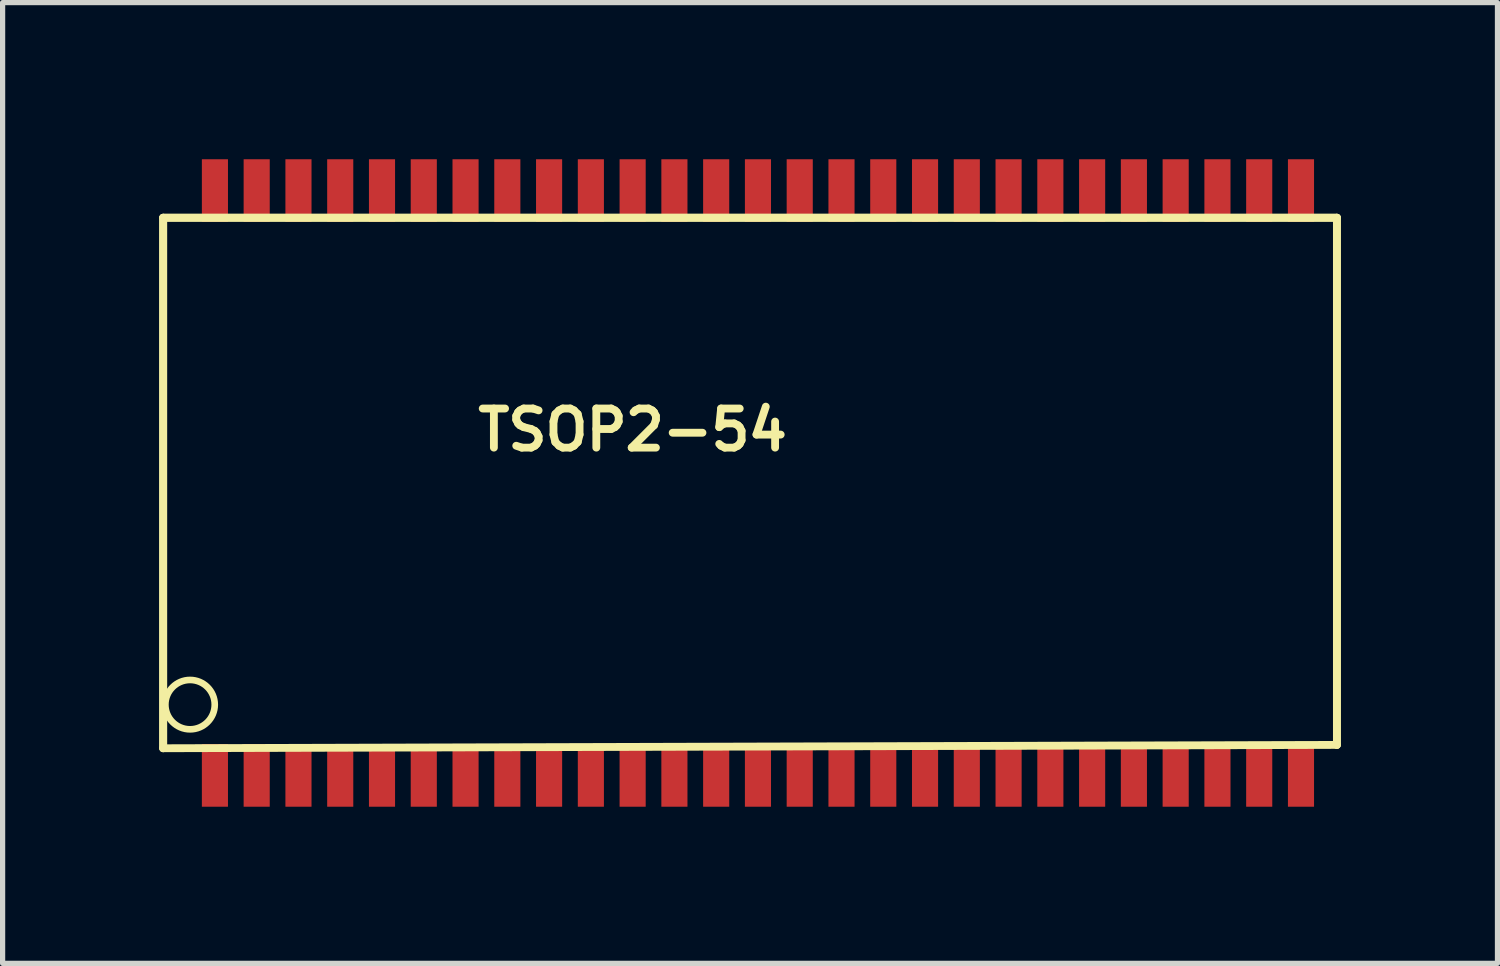
<source format=kicad_pcb>
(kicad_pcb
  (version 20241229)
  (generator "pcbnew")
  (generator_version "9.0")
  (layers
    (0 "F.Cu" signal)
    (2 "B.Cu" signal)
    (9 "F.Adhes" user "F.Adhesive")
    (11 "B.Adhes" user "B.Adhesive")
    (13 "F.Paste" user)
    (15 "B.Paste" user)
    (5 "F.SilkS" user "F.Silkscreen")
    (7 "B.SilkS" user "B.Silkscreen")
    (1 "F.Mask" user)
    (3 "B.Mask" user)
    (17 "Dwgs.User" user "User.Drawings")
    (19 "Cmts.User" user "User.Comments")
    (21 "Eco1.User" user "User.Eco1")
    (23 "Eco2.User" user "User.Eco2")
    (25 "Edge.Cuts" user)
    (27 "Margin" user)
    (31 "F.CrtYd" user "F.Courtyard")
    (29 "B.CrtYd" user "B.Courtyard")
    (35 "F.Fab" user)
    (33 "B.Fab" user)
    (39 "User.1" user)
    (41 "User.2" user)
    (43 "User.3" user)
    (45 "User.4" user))
  (footprint "TSOP2-54"
    (layer "F.Cu")
    (at 4.266 6.2)
    (property "Reference" "TSOP2-54" (at 4.8 -1.016 0) (layer "F.SilkS") (effects (font (size 0.749 0.749) (thickness 0.15))))
    (attr through_hole)
    (fp_line (start -4.191 -5.08) (end -4.191 5.08) (stroke (width 0.15) (type solid)) (layer "F.SilkS"))
    (fp_line (start -4.191 -5.08) (end -4.191 5.08) (stroke (width 0.15) (type solid)) (layer "F.SilkS"))
    (fp_line (start -4.191 5.08) (end 18.288 5.016) (stroke (width 0.15) (type solid)) (layer "F.SilkS"))
    (fp_line (start 18.288 -5.08) (end -4.191 -5.08) (stroke (width 0.15) (type solid)) (layer "F.SilkS"))
    (fp_line (start 18.288 -5.08) (end -4.191 -5.08) (stroke (width 0.15) (type solid)) (layer "F.SilkS"))
    (fp_line (start 18.288 5.016) (end 18.288 -5.08) (stroke (width 0.15) (type solid)) (layer "F.SilkS"))
    (fp_line (start 18.288 5.016) (end 18.288 -5.08) (stroke (width 0.15) (type solid)) (layer "F.SilkS"))
    (fp_circle (center -3.676 4.245) (end -3.956 4.626) (stroke (width 0.127) (type solid)) (fill no) (layer "F.SilkS"))
    (pad "1" smd rect (at -3.2 5.6) (size 0.5 1.2) (layers "F.Cu" "F.Mask" "F.Paste"))
    (pad "2" smd rect (at -2.4 5.6) (size 0.5 1.2) (layers "F.Cu" "F.Mask" "F.Paste"))
    (pad "3" smd rect (at -1.6 5.6) (size 0.5 1.2) (layers "F.Cu" "F.Mask" "F.Paste"))
    (pad "4" smd rect (at -0.8 5.6) (size 0.5 1.2) (layers "F.Cu" "F.Mask" "F.Paste"))
    (pad "5" smd rect (at 0 5.6) (size 0.5 1.2) (layers "F.Cu" "F.Mask" "F.Paste"))
    (pad "6" smd rect (at 0.8 5.6) (size 0.5 1.2) (layers "F.Cu" "F.Mask" "F.Paste"))
    (pad "7" smd rect (at 1.6 5.6) (size 0.5 1.2) (layers "F.Cu" "F.Mask" "F.Paste"))
    (pad "8" smd rect (at 2.4 5.6) (size 0.5 1.2) (layers "F.Cu" "F.Mask" "F.Paste"))
    (pad "9" smd rect (at 3.2 5.6) (size 0.5 1.2) (layers "F.Cu" "F.Mask" "F.Paste"))
    (pad "10" smd rect (at 4 5.6) (size 0.5 1.2) (layers "F.Cu" "F.Mask" "F.Paste"))
    (pad "11" smd rect (at 4.8 5.6) (size 0.5 1.2) (layers "F.Cu" "F.Mask" "F.Paste"))
    (pad "12" smd rect (at 5.6 5.6) (size 0.5 1.2) (layers "F.Cu" "F.Mask" "F.Paste"))
    (pad "13" smd rect (at 6.4 5.6) (size 0.5 1.2) (layers "F.Cu" "F.Mask" "F.Paste"))
    (pad "14" smd rect (at 7.2 5.6) (size 0.5 1.2) (layers "F.Cu" "F.Mask" "F.Paste"))
    (pad "15" smd rect (at 8 5.6) (size 0.5 1.2) (layers "F.Cu" "F.Mask" "F.Paste"))
    (pad "16" smd rect (at 8.8 5.6) (size 0.5 1.2) (layers "F.Cu" "F.Mask" "F.Paste"))
    (pad "17" smd rect (at 9.6 5.6) (size 0.5 1.2) (layers "F.Cu" "F.Mask" "F.Paste"))
    (pad "18" smd rect (at 10.4 5.6) (size 0.5 1.2) (layers "F.Cu" "F.Mask" "F.Paste"))
    (pad "19" smd rect (at 11.2 5.6) (size 0.5 1.2) (layers "F.Cu" "F.Mask" "F.Paste"))
    (pad "20" smd rect (at 12 5.6) (size 0.5 1.2) (layers "F.Cu" "F.Mask" "F.Paste"))
    (pad "21" smd rect (at 12.8 5.6) (size 0.5 1.2) (layers "F.Cu" "F.Mask" "F.Paste"))
    (pad "22" smd rect (at 13.6 5.6) (size 0.5 1.2) (layers "F.Cu" "F.Mask" "F.Paste"))
    (pad "23" smd rect (at 14.4 5.6) (size 0.5 1.2) (layers "F.Cu" "F.Mask" "F.Paste"))
    (pad "24" smd rect (at 15.2 5.6) (size 0.5 1.2) (layers "F.Cu" "F.Mask" "F.Paste"))
    (pad "25" smd rect (at 16 5.6) (size 0.5 1.2) (layers "F.Cu" "F.Mask" "F.Paste"))
    (pad "26" smd rect (at 16.8 5.6) (size 0.5 1.2) (layers "F.Cu" "F.Mask" "F.Paste"))
    (pad "27" smd rect (at 17.6 5.6) (size 0.5 1.2) (layers "F.Cu" "F.Mask" "F.Paste"))
    (pad "28" smd rect (at 17.6 -5.6) (size 0.5 1.2) (layers "F.Cu" "F.Mask" "F.Paste"))
    (pad "29" smd rect (at 16.8 -5.6) (size 0.5 1.2) (layers "F.Cu" "F.Mask" "F.Paste"))
    (pad "30" smd rect (at 16 -5.6) (size 0.5 1.2) (layers "F.Cu" "F.Mask" "F.Paste"))
    (pad "31" smd rect (at 15.2 -5.6) (size 0.5 1.2) (layers "F.Cu" "F.Mask" "F.Paste"))
    (pad "32" smd rect (at 14.4 -5.6) (size 0.5 1.2) (layers "F.Cu" "F.Mask" "F.Paste"))
    (pad "33" smd rect (at 13.6 -5.6) (size 0.5 1.2) (layers "F.Cu" "F.Mask" "F.Paste"))
    (pad "34" smd rect (at 12.8 -5.6) (size 0.5 1.2) (layers "F.Cu" "F.Mask" "F.Paste"))
    (pad "35" smd rect (at 12 -5.6) (size 0.5 1.2) (layers "F.Cu" "F.Mask" "F.Paste"))
    (pad "36" smd rect (at 11.2 -5.6) (size 0.5 1.2) (layers "F.Cu" "F.Mask" "F.Paste"))
    (pad "37" smd rect (at 10.4 -5.6) (size 0.5 1.2) (layers "F.Cu" "F.Mask" "F.Paste"))
    (pad "38" smd rect (at 9.6 -5.6) (size 0.5 1.2) (layers "F.Cu" "F.Mask" "F.Paste"))
    (pad "39" smd rect (at 8.8 -5.6) (size 0.5 1.2) (layers "F.Cu" "F.Mask" "F.Paste"))
    (pad "40" smd rect (at 8 -5.6) (size 0.5 1.2) (layers "F.Cu" "F.Mask" "F.Paste"))
    (pad "41" smd rect (at 7.2 -5.6) (size 0.5 1.2) (layers "F.Cu" "F.Mask" "F.Paste"))
    (pad "42" smd rect (at 6.4 -5.6) (size 0.5 1.2) (layers "F.Cu" "F.Mask" "F.Paste"))
    (pad "43" smd rect (at 5.6 -5.6) (size 0.5 1.2) (layers "F.Cu" "F.Mask" "F.Paste"))
    (pad "44" smd rect (at 4.8 -5.6) (size 0.5 1.2) (layers "F.Cu" "F.Mask" "F.Paste"))
    (pad "45" smd rect (at 4 -5.6) (size 0.5 1.2) (layers "F.Cu" "F.Mask" "F.Paste"))
    (pad "46" smd rect (at 3.2 -5.6) (size 0.5 1.2) (layers "F.Cu" "F.Mask" "F.Paste"))
    (pad "47" smd rect (at 2.4 -5.6) (size 0.5 1.2) (layers "F.Cu" "F.Mask" "F.Paste"))
    (pad "48" smd rect (at 1.6 -5.6) (size 0.5 1.2) (layers "F.Cu" "F.Mask" "F.Paste"))
    (pad "49" smd rect (at 0.8 -5.6) (size 0.5 1.2) (layers "F.Cu" "F.Mask" "F.Paste"))
    (pad "50" smd rect (at 0 -5.6) (size 0.5 1.2) (layers "F.Cu" "F.Mask" "F.Paste"))
    (pad "51" smd rect (at -0.8 -5.6) (size 0.5 1.2) (layers "F.Cu" "F.Mask" "F.Paste"))
    (pad "52" smd rect (at -1.6 -5.6) (size 0.5 1.2) (layers "F.Cu" "F.Mask" "F.Paste"))
    (pad "53" smd rect (at -2.4 -5.6) (size 0.5 1.2) (layers "F.Cu" "F.Mask" "F.Paste"))
    (pad "54" smd rect (at -3.2 -5.6) (size 0.5 1.2) (layers "F.Cu" "F.Mask" "F.Paste")))
  (gr_rect
    (start -3 -3)
    (end 25.629 15.4)
    (stroke (width 0.1) (type default))
    (fill no)
    (layer "Edge.Cuts")))
</source>
